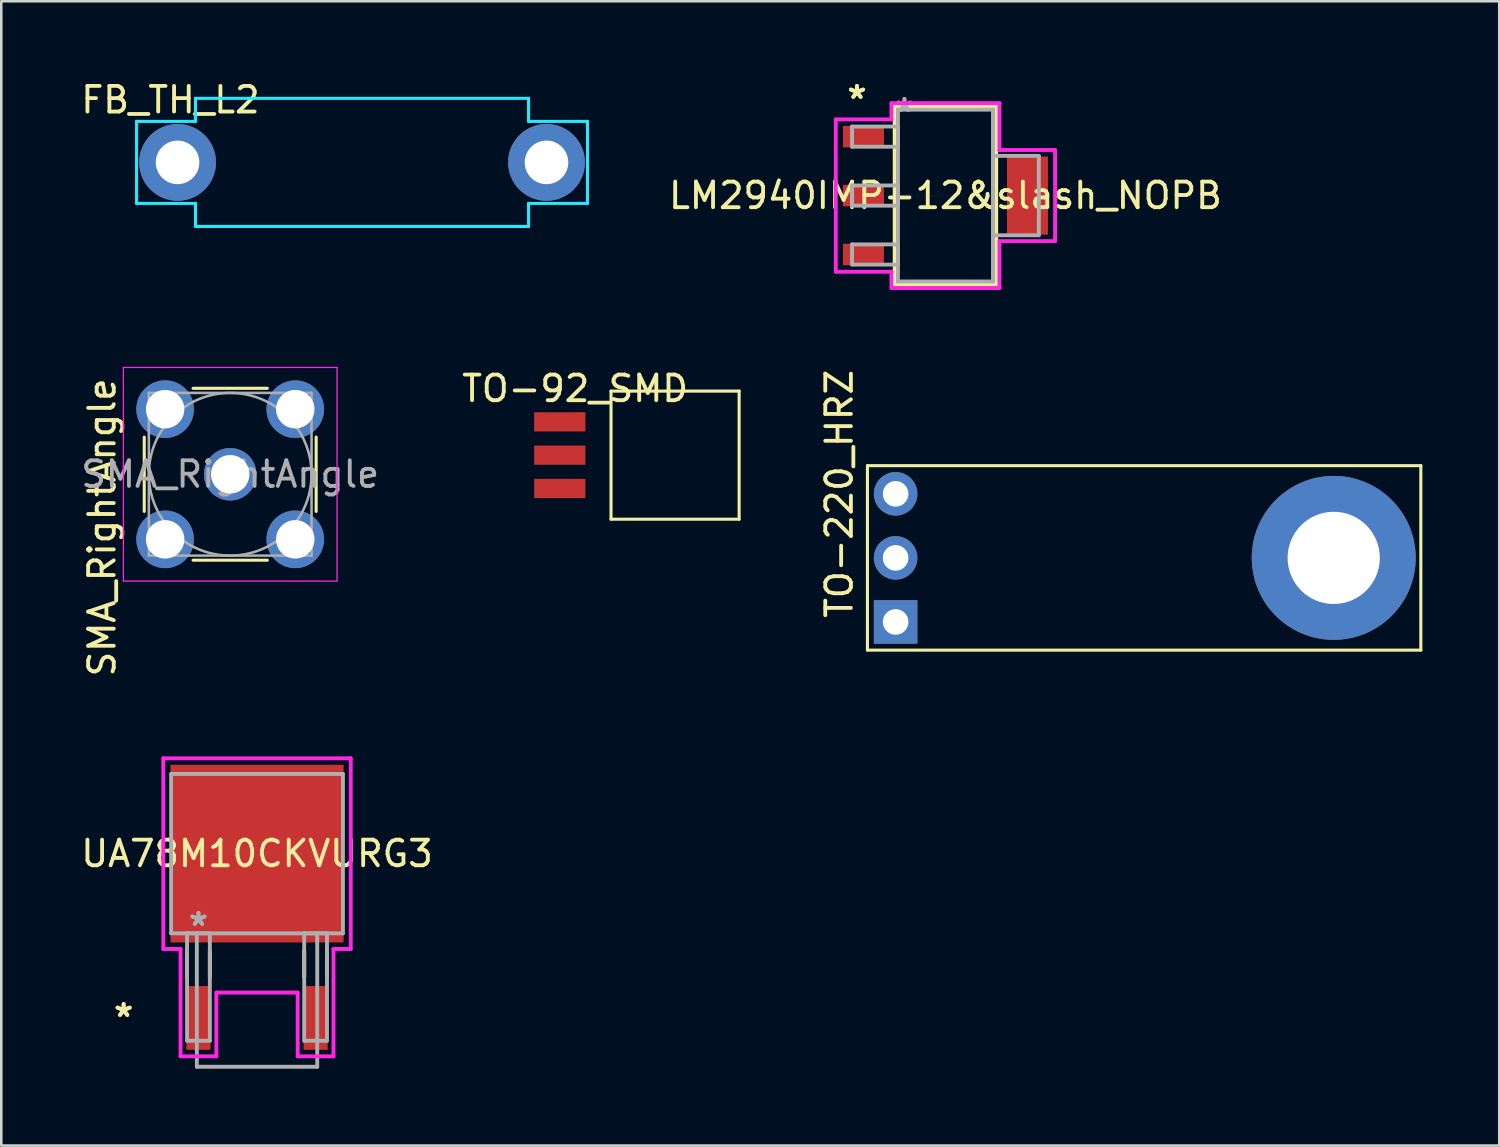
<source format=kicad_pcb>
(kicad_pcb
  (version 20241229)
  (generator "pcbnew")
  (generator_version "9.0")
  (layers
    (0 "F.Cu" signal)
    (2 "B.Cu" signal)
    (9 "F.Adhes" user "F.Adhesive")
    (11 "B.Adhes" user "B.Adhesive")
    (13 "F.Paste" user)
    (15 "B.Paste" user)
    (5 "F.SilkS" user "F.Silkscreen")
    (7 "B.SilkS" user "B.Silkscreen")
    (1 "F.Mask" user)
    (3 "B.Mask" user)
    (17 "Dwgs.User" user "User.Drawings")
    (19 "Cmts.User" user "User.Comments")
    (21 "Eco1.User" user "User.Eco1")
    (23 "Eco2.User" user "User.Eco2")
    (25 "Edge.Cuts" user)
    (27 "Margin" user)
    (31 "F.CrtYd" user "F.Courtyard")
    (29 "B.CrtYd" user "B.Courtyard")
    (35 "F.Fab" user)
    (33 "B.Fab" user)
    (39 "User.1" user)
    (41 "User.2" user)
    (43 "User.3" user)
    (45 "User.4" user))
  (footprint "FB_TH_L2"
    (layer "F.Cu")
    (at 11.081 3.288)
    (property "Reference" "FB_TH_L2" (at -7.48 -2.44 0) (layer "F.SilkS") (effects (font (size 1 1) (thickness 0.15))))
    (attr through_hole)
    (fp_line (start -8.8 -1.6) (end -6.5 -1.6) (stroke (width 0.12) (type solid)) (layer "B.CrtYd"))
    (fp_line (start -8.8 1.6) (end -8.8 -1.6) (stroke (width 0.12) (type solid)) (layer "B.CrtYd"))
    (fp_line (start -6.5 -2.5) (end 6.5 -2.5) (stroke (width 0.12) (type solid)) (layer "B.CrtYd"))
    (fp_line (start -6.5 -1.6) (end -6.5 -2.5) (stroke (width 0.12) (type solid)) (layer "B.CrtYd"))
    (fp_line (start -6.5 1.6) (end -8.8 1.6) (stroke (width 0.12) (type solid)) (layer "B.CrtYd"))
    (fp_line (start -6.5 2.5) (end -6.5 1.6) (stroke (width 0.12) (type solid)) (layer "B.CrtYd"))
    (fp_line (start 6.5 -2.5) (end 6.5 -1.6) (stroke (width 0.12) (type solid)) (layer "B.CrtYd"))
    (fp_line (start 6.5 -1.6) (end 8.8 -1.6) (stroke (width 0.12) (type solid)) (layer "B.CrtYd"))
    (fp_line (start 6.5 1.6) (end 6.5 2.5) (stroke (width 0.12) (type solid)) (layer "B.CrtYd"))
    (fp_line (start 6.5 2.5) (end -6.5 2.5) (stroke (width 0.12) (type solid)) (layer "B.CrtYd"))
    (fp_line (start 8.8 -1.6) (end 8.8 1.6) (stroke (width 0.12) (type solid)) (layer "B.CrtYd"))
    (fp_line (start 8.8 1.6) (end 6.5 1.6) (stroke (width 0.12) (type solid)) (layer "B.CrtYd"))
    (pad "1" thru_hole circle (at -7.2 0) (size 3 3) (drill 1.7) (layers "*.Cu" "*.Mask"))
    (pad "2" thru_hole circle (at 7.2 0) (size 3 3) (drill 1.7) (layers "*.Cu" "*.Mask")))
  (footprint "TO-220_HRZ"
    (layer "F.Cu")
    (at 31.907 18.725)
    (property "Reference" "TO-220_HRZ" (at -2.2 -2.5 270) (layer "F.SilkS") (effects (font (size 1 1) (thickness 0.15))))
    (attr through_hole)
    (fp_line (start -1.1 -3.6) (end 20.5 -3.6) (stroke (width 0.12) (type solid)) (layer "F.SilkS"))
    (fp_line (start -1.1 3.6) (end -1.1 -3.6) (stroke (width 0.12) (type solid)) (layer "F.SilkS"))
    (fp_line (start 20.5 -3.6) (end 20.5 3.6) (stroke (width 0.12) (type solid)) (layer "F.SilkS"))
    (fp_line (start 20.5 3.6) (end -1.1 3.6) (stroke (width 0.12) (type solid)) (layer "F.SilkS"))
    (pad "1" thru_hole rect (at 0 2.5) (size 1.7 1.7) (drill 1) (layers "*.Cu" "*.Mask"))
    (pad "2" thru_hole circle (at 0 0) (size 1.7 1.7) (drill 1) (layers "*.Cu" "*.Mask"))
    (pad "2" thru_hole circle (at 17.1 0) (size 6.4 6.4) (drill 3.6) (layers "*.Cu" "*.Mask"))
    (pad "3" thru_hole circle (at 0 -2.5) (size 1.7 1.7) (drill 1) (layers "*.Cu" "*.Mask")))
  (footprint "LM2940IMP-12&slash_NOPB"
    (layer "F.Cu")
    (at 33.852 4.583)
    (property "Reference" "LM2940IMP-12&slash_NOPB" (at 0 0 0) (layer "F.SilkS") (effects (font (size 1 1) (thickness 0.15))))
    (attr through_hole)
    (fp_line (start -1.981 -3.48) (end -1.981 3.48) (stroke (width 0.152) (type solid)) (layer "F.SilkS"))
    (fp_line (start -1.981 3.48) (end 1.981 3.48) (stroke (width 0.152) (type solid)) (layer "F.SilkS"))
    (fp_line (start 1.981 -3.48) (end -1.981 -3.48) (stroke (width 0.152) (type solid)) (layer "F.SilkS"))
    (fp_line (start 1.981 3.48) (end 1.981 -3.48) (stroke (width 0.152) (type solid)) (layer "F.SilkS"))
    (fp_line (start -4.28 -2.973) (end -2.108 -2.973) (stroke (width 0.152) (type solid)) (layer "F.CrtYd"))
    (fp_line (start -4.28 2.973) (end -4.28 -2.973) (stroke (width 0.152) (type solid)) (layer "F.CrtYd"))
    (fp_line (start -2.108 -3.607) (end 2.108 -3.607) (stroke (width 0.152) (type solid)) (layer "F.CrtYd"))
    (fp_line (start -2.108 -2.973) (end -2.108 -3.607) (stroke (width 0.152) (type solid)) (layer "F.CrtYd"))
    (fp_line (start -2.108 2.973) (end -4.28 2.973) (stroke (width 0.152) (type solid)) (layer "F.CrtYd"))
    (fp_line (start -2.108 3.607) (end -2.108 2.973) (stroke (width 0.152) (type solid)) (layer "F.CrtYd"))
    (fp_line (start 2.108 -3.607) (end 2.108 -1.778) (stroke (width 0.152) (type solid)) (layer "F.CrtYd"))
    (fp_line (start 2.108 -1.778) (end 4.28 -1.778) (stroke (width 0.152) (type solid)) (layer "F.CrtYd"))
    (fp_line (start 2.108 1.778) (end 2.108 3.607) (stroke (width 0.152) (type solid)) (layer "F.CrtYd"))
    (fp_line (start 2.108 3.607) (end -2.108 3.607) (stroke (width 0.152) (type solid)) (layer "F.CrtYd"))
    (fp_line (start 4.28 -1.778) (end 4.28 1.778) (stroke (width 0.152) (type solid)) (layer "F.CrtYd"))
    (fp_line (start 4.28 1.778) (end 2.108 1.778) (stroke (width 0.152) (type solid)) (layer "F.CrtYd"))
    (fp_line (start -3.645 -2.694) (end -3.645 -1.906) (stroke (width 0.152) (type solid)) (layer "F.Fab"))
    (fp_line (start -3.645 -1.906) (end -1.854 -1.906) (stroke (width 0.152) (type solid)) (layer "F.Fab"))
    (fp_line (start -3.645 -0.394) (end -3.645 0.394) (stroke (width 0.152) (type solid)) (layer "F.Fab"))
    (fp_line (start -3.645 0.394) (end -1.854 0.394) (stroke (width 0.152) (type solid)) (layer "F.Fab"))
    (fp_line (start -3.645 1.906) (end -3.645 2.694) (stroke (width 0.152) (type solid)) (layer "F.Fab"))
    (fp_line (start -3.645 2.694) (end -1.854 2.694) (stroke (width 0.152) (type solid)) (layer "F.Fab"))
    (fp_line (start -1.854 -3.353) (end -1.854 3.353) (stroke (width 0.152) (type solid)) (layer "F.Fab"))
    (fp_line (start -1.854 -2.694) (end -3.645 -2.694) (stroke (width 0.152) (type solid)) (layer "F.Fab"))
    (fp_line (start -1.854 -1.906) (end -1.854 -2.694) (stroke (width 0.152) (type solid)) (layer "F.Fab"))
    (fp_line (start -1.854 -0.394) (end -3.645 -0.394) (stroke (width 0.152) (type solid)) (layer "F.Fab"))
    (fp_line (start -1.854 0.394) (end -1.854 -0.394) (stroke (width 0.152) (type solid)) (layer "F.Fab"))
    (fp_line (start -1.854 1.906) (end -3.645 1.906) (stroke (width 0.152) (type solid)) (layer "F.Fab"))
    (fp_line (start -1.854 2.694) (end -1.854 1.906) (stroke (width 0.152) (type solid)) (layer "F.Fab"))
    (fp_line (start -1.854 3.353) (end 1.854 3.353) (stroke (width 0.152) (type solid)) (layer "F.Fab"))
    (fp_line (start 1.854 -3.353) (end -1.854 -3.353) (stroke (width 0.152) (type solid)) (layer "F.Fab"))
    (fp_line (start 1.854 -1.549) (end 1.854 1.549) (stroke (width 0.152) (type solid)) (layer "F.Fab"))
    (fp_line (start 1.854 1.549) (end 3.645 1.549) (stroke (width 0.152) (type solid)) (layer "F.Fab"))
    (fp_line (start 1.854 3.353) (end 1.854 -3.353) (stroke (width 0.152) (type solid)) (layer "F.Fab"))
    (fp_line (start 3.645 -1.549) (end 1.854 -1.549) (stroke (width 0.152) (type solid)) (layer "F.Fab"))
    (fp_line (start 3.645 1.549) (end 3.645 -1.549) (stroke (width 0.152) (type solid)) (layer "F.Fab"))
    (fp_text user "*" (at -3.454 -3.735 0) (layer "F.SilkS") (effects (font (size 1 1) (thickness 0.15))))
    (fp_text user "*" (at -3.454 -3.735 0) (layer "F.SilkS") (effects (font (size 1 1) (thickness 0.15))))
    (fp_text user "Copyright 2016 Accelerated Designs. All rights reserved." (at 0 0 0) (layer "Cmts.User") (effects (font (size 0.127 0.127) (thickness 0.002))))
    (fp_text user "*" (at -1.6 -3.227 0) (layer "F.Fab") (effects (font (size 1 1) (thickness 0.15))))
    (fp_text user "*" (at -1.6 -3.227 0) (layer "F.Fab") (effects (font (size 1 1) (thickness 0.15))))
    (pad "1" smd rect (at -3.2 -2.3) (size 1.6 0.838) (layers "F.Cu" "F.Mask" "F.Paste"))
    (pad "2" smd rect (at -3.2 0) (size 1.6 0.838) (layers "F.Cu" "F.Mask" "F.Paste"))
    (pad "3" smd rect (at -3.2 2.3) (size 1.6 0.838) (layers "F.Cu" "F.Mask" "F.Paste"))
    (pad "4" smd rect (at 3.2 0) (size 1.6 3.048) (layers "F.Cu" "F.Mask" "F.Paste")))
  (footprint "UA78M10CKVURG3"
    (layer "F.Cu")
    (at 6.982 30.268)
    (property "Reference" "UA78M10CKVURG3" (at 0 0 0) (layer "F.SilkS") (effects (font (size 1 1) (thickness 0.15))))
    (attr through_hole)
    (fp_line (start -2.731 3.8) (end -2.731 4.813) (stroke (width 0.152) (type solid)) (layer "F.SilkS"))
    (fp_line (start -1.841 3.8) (end -1.841 4.813) (stroke (width 0.152) (type solid)) (layer "F.SilkS"))
    (fp_line (start 1.841 3.8) (end 1.841 4.813) (stroke (width 0.152) (type solid)) (layer "F.SilkS"))
    (fp_line (start 2.731 3.8) (end 2.731 4.813) (stroke (width 0.152) (type solid)) (layer "F.SilkS"))
    (fp_line (start -3.658 -3.721) (end 3.658 -3.721) (stroke (width 0.152) (type solid)) (layer "F.CrtYd"))
    (fp_line (start -3.658 3.721) (end -3.658 -3.721) (stroke (width 0.152) (type solid)) (layer "F.CrtYd"))
    (fp_line (start -2.985 3.721) (end -3.658 3.721) (stroke (width 0.152) (type solid)) (layer "F.CrtYd"))
    (fp_line (start -2.985 7.912) (end -2.985 3.721) (stroke (width 0.152) (type solid)) (layer "F.CrtYd"))
    (fp_line (start -1.587 5.423) (end -1.587 7.912) (stroke (width 0.152) (type solid)) (layer "F.CrtYd"))
    (fp_line (start -1.587 7.912) (end -2.985 7.912) (stroke (width 0.152) (type solid)) (layer "F.CrtYd"))
    (fp_line (start 1.587 5.423) (end -1.587 5.423) (stroke (width 0.152) (type solid)) (layer "F.CrtYd"))
    (fp_line (start 1.587 7.912) (end 1.587 5.423) (stroke (width 0.152) (type solid)) (layer "F.CrtYd"))
    (fp_line (start 2.985 3.721) (end 2.985 7.912) (stroke (width 0.152) (type solid)) (layer "F.CrtYd"))
    (fp_line (start 2.985 7.912) (end 1.587 7.912) (stroke (width 0.152) (type solid)) (layer "F.CrtYd"))
    (fp_line (start 3.658 -3.721) (end 3.658 3.721) (stroke (width 0.152) (type solid)) (layer "F.CrtYd"))
    (fp_line (start 3.658 3.721) (end 2.985 3.721) (stroke (width 0.152) (type solid)) (layer "F.CrtYd"))
    (fp_line (start -3.353 -3.111) (end -3.353 3.111) (stroke (width 0.152) (type solid)) (layer "F.Fab"))
    (fp_line (start -3.353 3.111) (end 3.353 3.111) (stroke (width 0.152) (type solid)) (layer "F.Fab"))
    (fp_line (start -2.731 3.111) (end -2.731 7.303) (stroke (width 0.152) (type solid)) (layer "F.Fab"))
    (fp_line (start -2.731 7.303) (end -1.841 7.303) (stroke (width 0.152) (type solid)) (layer "F.Fab"))
    (fp_line (start -2.349 3.111) (end -2.349 8.319) (stroke (width 0.152) (type solid)) (layer "F.Fab"))
    (fp_line (start -2.349 8.319) (end 2.349 8.319) (stroke (width 0.152) (type solid)) (layer "F.Fab"))
    (fp_line (start -1.841 3.111) (end -2.731 3.111) (stroke (width 0.152) (type solid)) (layer "F.Fab"))
    (fp_line (start -1.841 7.303) (end -1.841 3.111) (stroke (width 0.152) (type solid)) (layer "F.Fab"))
    (fp_line (start 1.841 3.111) (end 1.841 7.303) (stroke (width 0.152) (type solid)) (layer "F.Fab"))
    (fp_line (start 1.841 7.303) (end 2.731 7.303) (stroke (width 0.152) (type solid)) (layer "F.Fab"))
    (fp_line (start 2.349 8.319) (end 2.349 3.111) (stroke (width 0.152) (type solid)) (layer "F.Fab"))
    (fp_line (start 2.731 3.111) (end 1.841 3.111) (stroke (width 0.152) (type solid)) (layer "F.Fab"))
    (fp_line (start 2.731 7.303) (end 2.731 3.111) (stroke (width 0.152) (type solid)) (layer "F.Fab"))
    (fp_line (start 3.353 -3.111) (end -3.353 -3.111) (stroke (width 0.152) (type solid)) (layer "F.Fab"))
    (fp_line (start 3.353 3.111) (end 3.353 -3.111) (stroke (width 0.152) (type solid)) (layer "F.Fab"))
    (fp_text user "*" (at -5.207 6.413 0) (layer "F.SilkS") (effects (font (size 1 1) (thickness 0.15))))
    (fp_text user "*" (at -5.207 6.413 0) (layer "F.SilkS") (effects (font (size 1 1) (thickness 0.15))))
    (fp_text user "Copyright 2016 Accelerated Designs. All rights reserved." (at 0 0 0) (layer "Cmts.User") (effects (font (size 0.127 0.127) (thickness 0.002))))
    (fp_text user "*" (at -2.286 2.857 0) (layer "F.Fab") (effects (font (size 1 1) (thickness 0.15))))
    (fp_text user "*" (at -2.286 2.857 0) (layer "F.Fab") (effects (font (size 1 1) (thickness 0.15))))
    (pad "1" smd rect (at -2.286 6.413) (size 0.94 2.489) (layers "F.Cu" "F.Mask" "F.Paste"))
    (pad "2" smd rect (at 0 0) (size 6.756 6.934) (layers "F.Cu" "F.Mask" "F.Paste"))
    (pad "3" smd rect (at 2.286 6.413) (size 0.94 2.489) (layers "F.Cu" "F.Mask" "F.Paste")))
  (footprint "SMA_RightAngle"
    (layer "F.Cu")
    (at 5.935 15.461)
    (property "Reference" "SMA_RightAngle" (at -5 2.075 90) (layer "F.SilkS") (effects (font (size 1 1) (thickness 0.15))))
    (attr through_hole)
    (fp_line (start -3.355 -1.45) (end -3.355 1.45) (stroke (width 0.12) (type solid)) (layer "F.SilkS"))
    (fp_line (start -1.45 -3.355) (end 1.45 -3.355) (stroke (width 0.12) (type solid)) (layer "F.SilkS"))
    (fp_line (start -1.45 3.355) (end 1.45 3.355) (stroke (width 0.12) (type solid)) (layer "F.SilkS"))
    (fp_line (start 3.355 -1.45) (end 3.355 1.45) (stroke (width 0.12) (type solid)) (layer "F.SilkS"))
    (fp_line (start -4.17 -4.17) (end -4.17 4.17) (stroke (width 0.05) (type solid)) (layer "F.CrtYd"))
    (fp_line (start -4.17 -4.17) (end 4.17 -4.17) (stroke (width 0.05) (type solid)) (layer "F.CrtYd"))
    (fp_line (start 4.17 4.17) (end -4.17 4.17) (stroke (width 0.05) (type solid)) (layer "F.CrtYd"))
    (fp_line (start 4.17 4.17) (end 4.17 -4.17) (stroke (width 0.05) (type solid)) (layer "F.CrtYd"))
    (fp_line (start -3.175 -3.175) (end -3.175 3.175) (stroke (width 0.1) (type solid)) (layer "F.Fab"))
    (fp_line (start -3.175 -3.175) (end 3.175 -3.175) (stroke (width 0.1) (type solid)) (layer "F.Fab"))
    (fp_line (start -3.175 3.175) (end 3.175 3.175) (stroke (width 0.1) (type solid)) (layer "F.Fab"))
    (fp_line (start 3.175 -3.175) (end 3.175 3.175) (stroke (width 0.1) (type solid)) (layer "F.Fab"))
    (fp_circle (center 0 0) (end 3.175 0) (stroke (width 0.1) (type solid)) (fill no) (layer "F.Fab"))
    (fp_text user "${REFERENCE}" (at 0 0 0) (layer "F.Fab") (effects (font (size 1 1) (thickness 0.15))))
    (pad "1" thru_hole circle (at 0 0) (size 2.05 2.05) (drill 1.5) (layers "*.Cu" "*.Mask"))
    (pad "2" thru_hole circle (at -2.54 -2.54) (size 2.25 2.25) (drill 1.5) (layers "*.Cu" "*.Mask"))
    (pad "2" thru_hole circle (at -2.54 2.54) (size 2.25 2.25) (drill 1.5) (layers "*.Cu" "*.Mask"))
    (pad "2" thru_hole circle (at 2.54 -2.54) (size 2.25 2.25) (drill 1.5) (layers "*.Cu" "*.Mask"))
    (pad "2" thru_hole circle (at 2.54 2.54) (size 2.25 2.25) (drill 1.5) (layers "*.Cu" "*.Mask")))
  (footprint "TO-92_SMD"
    (layer "F.Cu")
    (at 21.799 14.715)
    (property "Reference" "TO-92_SMD" (at -2.4 -2.6 180) (layer "F.SilkS") (effects (font (size 1 1) (thickness 0.15))))
    (attr through_hole)
    (fp_line (start -1 -2.5) (end -1 2.5) (stroke (width 0.12) (type solid)) (layer "F.SilkS"))
    (fp_line (start -1 2.5) (end 4 2.5) (stroke (width 0.12) (type solid)) (layer "F.SilkS"))
    (fp_line (start 4 -2.5) (end -1 -2.5) (stroke (width 0.12) (type solid)) (layer "F.SilkS"))
    (fp_line (start 4 2.5) (end 4 -2.5) (stroke (width 0.12) (type solid)) (layer "F.SilkS"))
    (pad "1" smd rect (at -3 1.3) (size 2 0.75) (layers "F.Cu" "F.Mask" "F.Paste"))
    (pad "2" smd rect (at -3 0) (size 2 0.75) (layers "F.Cu" "F.Mask" "F.Paste"))
    (pad "3" smd rect (at -3 -1.3) (size 2 0.75) (layers "F.Cu" "F.Mask" "F.Paste")))
  (gr_rect
    (start -3 -3)
    (end 55.467 41.663)
    (stroke (width 0.1) (type default))
    (fill no)
    (layer "Edge.Cuts")))
</source>
